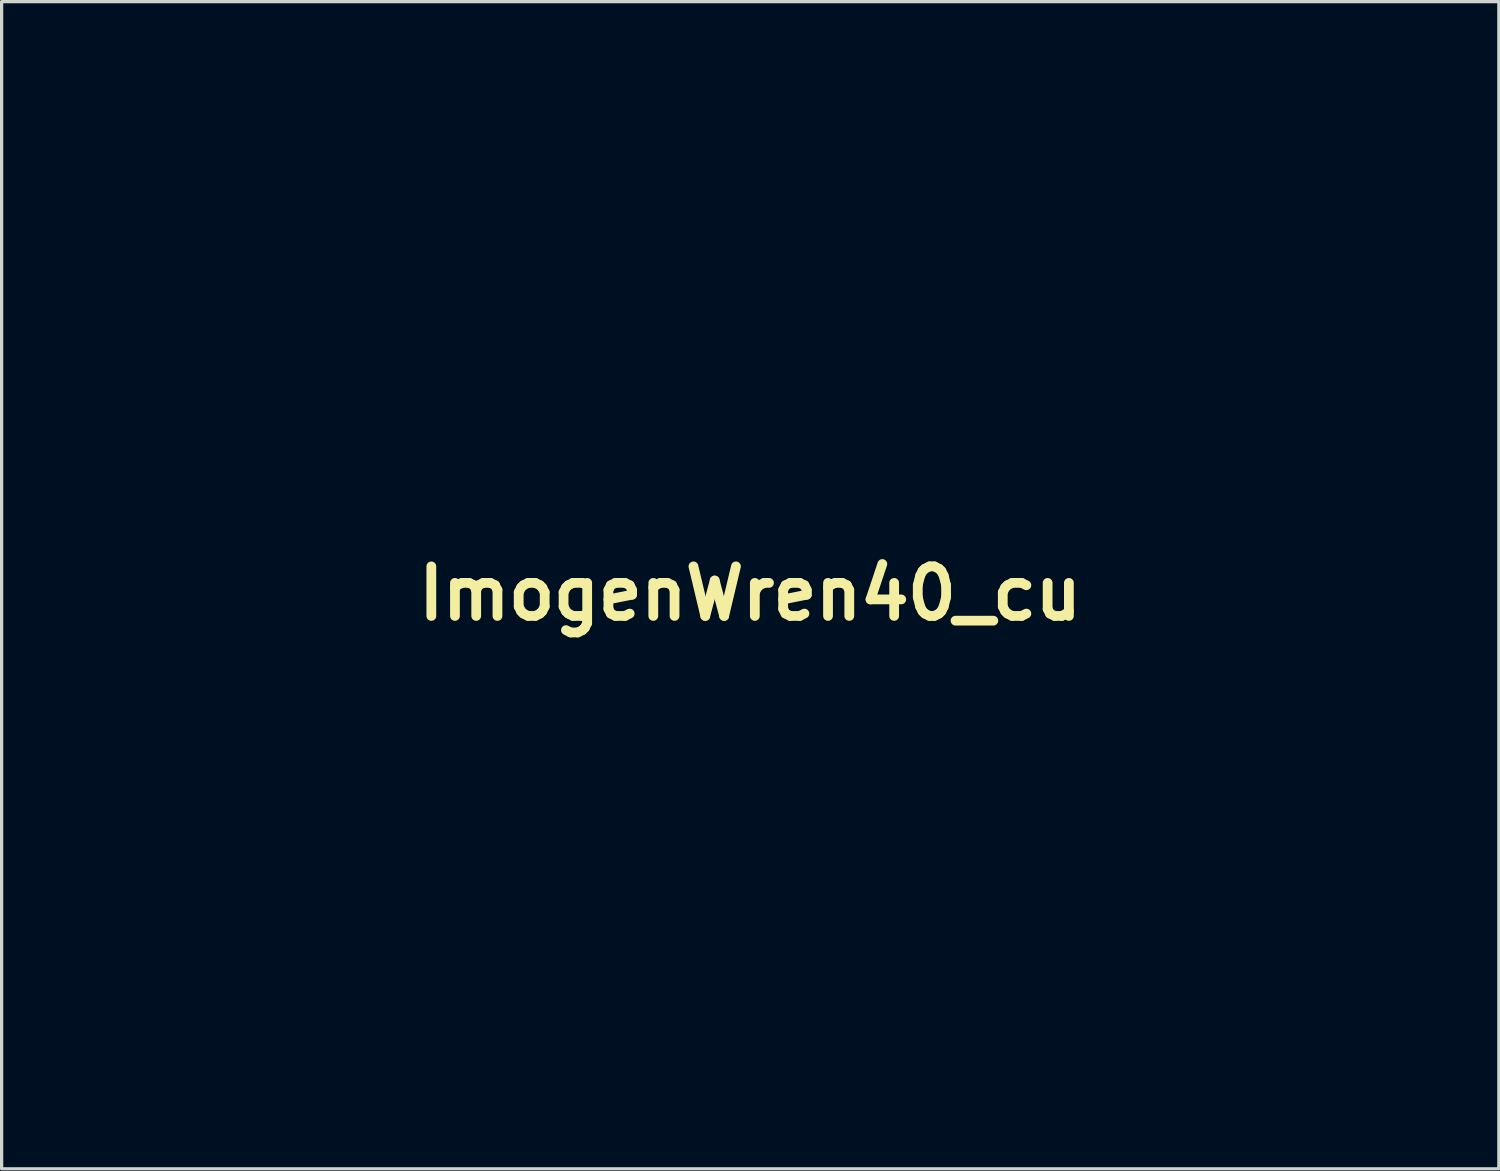
<source format=kicad_pcb>
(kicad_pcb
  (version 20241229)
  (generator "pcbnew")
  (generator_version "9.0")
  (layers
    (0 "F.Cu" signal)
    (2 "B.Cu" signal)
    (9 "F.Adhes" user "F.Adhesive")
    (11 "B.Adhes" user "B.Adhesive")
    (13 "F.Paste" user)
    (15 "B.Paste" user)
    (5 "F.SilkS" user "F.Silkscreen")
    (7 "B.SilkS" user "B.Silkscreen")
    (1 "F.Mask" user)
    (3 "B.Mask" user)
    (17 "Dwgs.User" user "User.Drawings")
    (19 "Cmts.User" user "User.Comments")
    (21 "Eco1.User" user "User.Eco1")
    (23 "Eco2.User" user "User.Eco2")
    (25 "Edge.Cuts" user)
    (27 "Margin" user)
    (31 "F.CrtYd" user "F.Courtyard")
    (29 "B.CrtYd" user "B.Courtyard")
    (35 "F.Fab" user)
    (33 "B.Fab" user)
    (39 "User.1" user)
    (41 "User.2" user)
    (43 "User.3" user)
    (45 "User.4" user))
  (footprint "ImogenWren40_cu"
    (layer "F.Cu")
    (at 20.004 15.191)
    (property "Reference" "ImogenWren40_cu" (at 0 0 0) (layer "F.SilkS") (effects (font (size 1.524 1.524) (thickness 0.3))))
    (attr board_only exclude_from_pos_files exclude_from_bom)
    (fp_poly (pts (xy 3.596 9.093) (xy 3.667 9.114) (xy 3.732 9.147) (xy 3.787 9.193) (xy 3.84 9.258) (xy 3.897 9.349) (xy 3.974 9.463) (xy 4.06 9.551) (xy 4.161 9.617) (xy 4.283 9.663) (xy 4.432 9.694) (xy 4.511 9.704) (xy 4.678 9.723) (xy 4.813 9.741) (xy 4.922 9.758) (xy 5.012 9.777) (xy 5.087 9.799) (xy 5.154 9.823) (xy 5.205 9.846) (xy 5.358 9.94) (xy 5.489 10.063) (xy 5.594 10.212) (xy 5.674 10.385) (xy 5.703 10.48) (xy 5.727 10.612) (xy 5.723 10.72) (xy 5.692 10.804) (xy 5.634 10.862) (xy 5.602 10.878) (xy 5.584 10.886) (xy 5.567 10.892) (xy 5.549 10.896) (xy 5.525 10.896) (xy 5.491 10.893) (xy 5.443 10.885) (xy 5.376 10.873) (xy 5.288 10.855) (xy 5.173 10.83) (xy 5.028 10.799) (xy 4.936 10.78) (xy 4.711 10.737) (xy 4.516 10.713) (xy 4.351 10.707) (xy 4.213 10.719) (xy 4.1 10.749) (xy 4.099 10.75) (xy 3.985 10.813) (xy 3.891 10.905) (xy 3.823 11.019) (xy 3.81 11.053) (xy 3.799 11.087) (xy 3.791 11.126) (xy 3.784 11.173) (xy 3.779 11.231) (xy 3.776 11.304) (xy 3.775 11.395) (xy 3.775 11.507) (xy 3.777 11.644) (xy 3.78 11.808) (xy 3.785 12.003) (xy 3.791 12.232) (xy 3.796 12.498) (xy 3.797 12.731) (xy 3.791 12.933) (xy 3.779 13.11) (xy 3.761 13.264) (xy 3.735 13.398) (xy 3.702 13.518) (xy 3.661 13.626) (xy 3.611 13.725) (xy 3.597 13.75) (xy 3.526 13.85) (xy 3.431 13.956) (xy 3.323 14.057) (xy 3.213 14.143) (xy 3.16 14.177) (xy 3.041 14.238) (xy 2.911 14.289) (xy 2.778 14.328) (xy 2.647 14.353) (xy 2.527 14.365) (xy 2.424 14.36) (xy 2.346 14.338) (xy 2.343 14.336) (xy 2.288 14.298) (xy 2.242 14.252) (xy 2.24 14.249) (xy 2.225 14.224) (xy 2.213 14.195) (xy 2.205 14.159) (xy 2.201 14.112) (xy 2.202 14.053) (xy 2.207 13.979) (xy 2.218 13.887) (xy 2.233 13.774) (xy 2.255 13.639) (xy 2.282 13.478) (xy 2.315 13.289) (xy 2.355 13.069) (xy 2.402 12.815) (xy 2.417 12.737) (xy 2.464 12.478) (xy 2.505 12.248) (xy 2.541 12.043) (xy 2.571 11.857) (xy 2.597 11.682) (xy 2.62 11.512) (xy 2.64 11.343) (xy 2.66 11.167) (xy 2.679 10.978) (xy 2.688 10.875) (xy 2.718 10.578) (xy 2.749 10.316) (xy 2.783 10.087) (xy 2.819 9.889) (xy 2.858 9.719) (xy 2.902 9.576) (xy 2.95 9.457) (xy 3.003 9.359) (xy 3.062 9.281) (xy 3.125 9.222) (xy 3.236 9.154) (xy 3.357 9.108) (xy 3.48 9.088)) (stroke (width 0) (type solid)) (fill yes) (layer "F.Mask"))
    (fp_poly (pts (xy 8.128 9.495) (xy 8.129 9.495) (xy 8.406 9.524) (xy 8.649 9.565) (xy 8.86 9.62) (xy 9.041 9.689) (xy 9.195 9.774) (xy 9.324 9.876) (xy 9.428 9.994) (xy 9.511 10.131) (xy 9.512 10.133) (xy 9.543 10.197) (xy 9.563 10.25) (xy 9.576 10.302) (xy 9.583 10.364) (xy 9.587 10.45) (xy 9.588 10.479) (xy 9.586 10.645) (xy 9.568 10.79) (xy 9.531 10.928) (xy 9.472 11.076) (xy 9.461 11.099) (xy 9.374 11.266) (xy 9.279 11.408) (xy 9.167 11.539) (xy 9.101 11.604) (xy 9.024 11.674) (xy 8.951 11.733) (xy 8.879 11.78) (xy 8.802 11.818) (xy 8.717 11.846) (xy 8.618 11.867) (xy 8.503 11.88) (xy 8.366 11.888) (xy 8.203 11.891) (xy 8.009 11.89) (xy 7.874 11.888) (xy 7.691 11.885) (xy 7.541 11.883) (xy 7.42 11.884) (xy 7.324 11.887) (xy 7.248 11.894) (xy 7.189 11.906) (xy 7.142 11.923) (xy 7.103 11.945) (xy 7.067 11.975) (xy 7.031 12.011) (xy 7.006 12.038) (xy 6.925 12.147) (xy 6.877 12.255) (xy 6.865 12.361) (xy 6.874 12.419) (xy 6.918 12.511) (xy 6.998 12.596) (xy 7.112 12.675) (xy 7.26 12.747) (xy 7.44 12.811) (xy 7.651 12.868) (xy 7.891 12.915) (xy 8.16 12.954) (xy 8.326 12.972) (xy 8.556 12.999) (xy 8.751 13.032) (xy 8.917 13.073) (xy 9.057 13.124) (xy 9.174 13.187) (xy 9.272 13.263) (xy 9.354 13.354) (xy 9.424 13.462) (xy 9.453 13.518) (xy 9.501 13.638) (xy 9.524 13.75) (xy 9.52 13.847) (xy 9.489 13.925) (xy 9.484 13.932) (xy 9.405 14.009) (xy 9.291 14.071) (xy 9.143 14.12) (xy 8.96 14.155) (xy 8.917 14.161) (xy 8.83 14.168) (xy 8.713 14.173) (xy 8.573 14.176) (xy 8.418 14.178) (xy 8.255 14.177) (xy 8.092 14.174) (xy 7.937 14.17) (xy 7.795 14.164) (xy 7.676 14.157) (xy 7.601 14.149) (xy 7.3 14.1) (xy 7.024 14.029) (xy 6.774 13.936) (xy 6.551 13.822) (xy 6.357 13.688) (xy 6.191 13.535) (xy 6.057 13.363) (xy 5.954 13.173) (xy 5.918 13.083) (xy 5.856 12.867) (xy 5.808 12.625) (xy 5.775 12.365) (xy 5.758 12.095) (xy 5.757 11.824) (xy 5.772 11.56) (xy 5.804 11.311) (xy 5.813 11.258) (xy 5.869 11.007) (xy 5.922 10.813) (xy 6.885 10.813) (xy 6.89 10.844) (xy 6.91 10.915) (xy 6.94 10.97) (xy 6.985 11.014) (xy 7.049 11.047) (xy 7.137 11.071) (xy 7.252 11.09) (xy 7.401 11.106) (xy 7.418 11.107) (xy 7.514 11.115) (xy 7.603 11.123) (xy 7.674 11.129) (xy 7.717 11.133) (xy 7.926 11.142) (xy 8.112 11.128) (xy 8.212 11.108) (xy 8.363 11.059) (xy 8.496 10.993) (xy 8.606 10.915) (xy 8.69 10.828) (xy 8.741 10.735) (xy 8.748 10.713) (xy 8.757 10.615) (xy 8.731 10.521) (xy 8.673 10.437) (xy 8.588 10.365) (xy 8.477 10.311) (xy 8.445 10.301) (xy 8.355 10.28) (xy 8.238 10.262) (xy 8.102 10.248) (xy 7.956 10.238) (xy 7.807 10.232) (xy 7.664 10.231) (xy 7.534 10.234) (xy 7.426 10.243) (xy 7.353 10.256) (xy 7.205 10.309) (xy 7.083 10.381) (xy 6.987 10.471) (xy 6.92 10.575) (xy 6.885 10.69) (xy 6.885 10.813) (xy 5.922 10.813) (xy 5.936 10.764) (xy 6.013 10.535) (xy 6.097 10.33) (xy 6.176 10.172) (xy 6.243 10.07) (xy 6.331 9.966) (xy 6.43 9.869) (xy 6.53 9.788) (xy 6.621 9.733) (xy 6.885 9.625) (xy 7.166 9.548) (xy 7.466 9.501) (xy 7.786 9.483)) (stroke (width 0) (type solid)) (fill yes) (layer "F.Mask"))
    (fp_poly (pts (xy 10.478 9.478) (xy 10.549 9.534) (xy 10.62 9.627) (xy 10.669 9.712) (xy 10.715 9.798) (xy 10.753 9.857) (xy 10.789 9.897) (xy 10.829 9.926) (xy 10.875 9.949) (xy 10.933 9.97) (xy 10.998 9.985) (xy 11.077 9.994) (xy 11.174 9.996) (xy 11.294 9.992) (xy 11.444 9.982) (xy 11.511 9.977) (xy 11.753 9.958) (xy 11.963 9.945) (xy 12.143 9.938) (xy 12.3 9.936) (xy 12.436 9.941) (xy 12.556 9.953) (xy 12.665 9.971) (xy 12.766 9.997) (xy 12.863 10.031) (xy 12.962 10.073) (xy 13.018 10.099) (xy 13.177 10.194) (xy 13.316 10.314) (xy 13.436 10.462) (xy 13.538 10.638) (xy 13.622 10.844) (xy 13.688 11.081) (xy 13.739 11.35) (xy 13.759 11.501) (xy 13.766 11.567) (xy 13.772 11.635) (xy 13.776 11.711) (xy 13.78 11.797) (xy 13.782 11.898) (xy 13.784 12.016) (xy 13.784 12.157) (xy 13.784 12.323) (xy 13.783 12.519) (xy 13.782 12.748) (xy 13.782 12.771) (xy 13.779 13.023) (xy 13.777 13.239) (xy 13.774 13.42) (xy 13.77 13.568) (xy 13.766 13.683) (xy 13.762 13.767) (xy 13.756 13.822) (xy 13.752 13.845) (xy 13.702 13.955) (xy 13.633 14.036) (xy 13.539 14.092) (xy 13.417 14.126) (xy 13.417 14.126) (xy 13.289 14.134) (xy 13.181 14.109) (xy 13.092 14.052) (xy 13.021 13.963) (xy 12.97 13.842) (xy 12.945 13.738) (xy 12.941 13.698) (xy 12.935 13.625) (xy 12.929 13.522) (xy 12.921 13.394) (xy 12.914 13.243) (xy 12.906 13.076) (xy 12.898 12.894) (xy 12.89 12.703) (xy 12.887 12.625) (xy 12.879 12.432) (xy 12.872 12.247) (xy 12.864 12.076) (xy 12.856 11.921) (xy 12.849 11.786) (xy 12.843 11.676) (xy 12.837 11.593) (xy 12.833 11.543) (xy 12.831 11.533) (xy 12.789 11.39) (xy 12.726 11.277) (xy 12.638 11.19) (xy 12.55 11.138) (xy 12.517 11.124) (xy 12.482 11.113) (xy 12.439 11.106) (xy 12.382 11.102) (xy 12.304 11.1) (xy 12.198 11.1) (xy 12.129 11.1) (xy 11.902 11.106) (xy 11.71 11.121) (xy 11.548 11.145) (xy 11.415 11.18) (xy 11.308 11.227) (xy 11.224 11.285) (xy 11.16 11.357) (xy 11.147 11.376) (xy 11.115 11.436) (xy 11.09 11.5) (xy 11.073 11.574) (xy 11.062 11.662) (xy 11.057 11.772) (xy 11.058 11.907) (xy 11.063 12.074) (xy 11.063 12.082) (xy 11.071 12.314) (xy 11.076 12.543) (xy 11.078 12.763) (xy 11.076 12.97) (xy 11.072 13.158) (xy 11.065 13.323) (xy 11.054 13.458) (xy 11.046 13.534) (xy 11.013 13.719) (xy 10.973 13.87) (xy 10.923 13.989) (xy 10.861 14.079) (xy 10.786 14.141) (xy 10.695 14.18) (xy 10.586 14.197) (xy 10.544 14.198) (xy 10.455 14.193) (xy 10.384 14.176) (xy 10.338 14.155) (xy 10.252 14.092) (xy 10.173 14) (xy 10.107 13.887) (xy 10.073 13.805) (xy 10.06 13.766) (xy 10.051 13.727) (xy 10.043 13.685) (xy 10.039 13.634) (xy 10.036 13.567) (xy 10.034 13.48) (xy 10.034 13.368) (xy 10.035 13.223) (xy 10.035 13.206) (xy 10.037 13.033) (xy 10.04 12.827) (xy 10.044 12.594) (xy 10.049 12.337) (xy 10.056 12.062) (xy 10.063 11.773) (xy 10.071 11.475) (xy 10.08 11.173) (xy 10.089 10.872) (xy 10.098 10.576) (xy 10.104 10.412) (xy 10.11 10.233) (xy 10.116 10.088) (xy 10.121 9.972) (xy 10.125 9.881) (xy 10.13 9.811) (xy 10.136 9.758) (xy 10.143 9.719) (xy 10.15 9.688) (xy 10.16 9.663) (xy 10.171 9.638) (xy 10.173 9.635) (xy 10.23 9.55) (xy 10.302 9.491) (xy 10.381 9.462) (xy 10.408 9.459)) (stroke (width 0) (type solid)) (fill yes) (layer "F.Mask"))
    (fp_poly (pts (xy 2.119 4.746) (xy 2.226 4.777) (xy 2.317 4.838) (xy 2.349 4.87) (xy 2.398 4.936) (xy 2.433 5.012) (xy 2.456 5.106) (xy 2.469 5.223) (xy 2.473 5.366) (xy 2.472 5.45) (xy 2.468 5.536) (xy 2.462 5.626) (xy 2.452 5.727) (xy 2.439 5.842) (xy 2.421 5.977) (xy 2.398 6.135) (xy 2.369 6.322) (xy 2.339 6.509) (xy 2.283 6.87) (xy 2.231 7.207) (xy 2.185 7.528) (xy 2.143 7.836) (xy 2.104 8.136) (xy 2.068 8.434) (xy 2.035 8.735) (xy 2.004 9.044) (xy 1.974 9.367) (xy 1.945 9.707) (xy 1.916 10.07) (xy 1.887 10.462) (xy 1.864 10.789) (xy 1.842 11.104) (xy 1.821 11.385) (xy 1.802 11.633) (xy 1.783 11.853) (xy 1.766 12.047) (xy 1.748 12.218) (xy 1.731 12.369) (xy 1.713 12.502) (xy 1.694 12.621) (xy 1.674 12.728) (xy 1.652 12.827) (xy 1.629 12.92) (xy 1.603 13.01) (xy 1.579 13.084) (xy 1.492 13.306) (xy 1.383 13.498) (xy 1.254 13.659) (xy 1.104 13.789) (xy 0.942 13.885) (xy 0.783 13.943) (xy 0.627 13.967) (xy 0.473 13.956) (xy 0.318 13.909) (xy 0.162 13.827) (xy 0.001 13.709) (xy -0.089 13.629) (xy -0.253 13.459) (xy -0.423 13.254) (xy -0.597 13.015) (xy -0.774 12.746) (xy -0.954 12.446) (xy -1.135 12.119) (xy -1.316 11.766) (xy -1.496 11.389) (xy -1.601 11.155) (xy -1.677 10.984) (xy -1.741 10.844) (xy -1.793 10.732) (xy -1.836 10.643) (xy -1.872 10.574) (xy -1.902 10.523) (xy -1.929 10.484) (xy -1.953 10.456) (xy -1.962 10.447) (xy -2.037 10.398) (xy -2.122 10.383) (xy -2.213 10.402) (xy -2.311 10.454) (xy -2.414 10.535) (xy -2.52 10.647) (xy -2.63 10.786) (xy -2.74 10.952) (xy -2.851 11.143) (xy -2.961 11.358) (xy -3.069 11.595) (xy -3.134 11.754) (xy -3.266 12.117) (xy -3.369 12.473) (xy -3.418 12.681) (xy -3.471 12.92) (xy -3.524 13.143) (xy -3.577 13.347) (xy -3.628 13.526) (xy -3.676 13.677) (xy -3.715 13.784) (xy -3.82 14.014) (xy -3.937 14.213) (xy -4.066 14.377) (xy -4.206 14.508) (xy -4.355 14.603) (xy -4.359 14.605) (xy -4.433 14.64) (xy -4.492 14.661) (xy -4.553 14.673) (xy -4.629 14.679) (xy -4.671 14.68) (xy -4.778 14.68) (xy -4.863 14.672) (xy -4.939 14.654) (xy -4.95 14.65) (xy -5.107 14.58) (xy -5.251 14.477) (xy -5.383 14.341) (xy -5.504 14.171) (xy -5.587 14.021) (xy -5.649 13.884) (xy -5.715 13.716) (xy -5.783 13.523) (xy -5.851 13.312) (xy -5.917 13.089) (xy -5.98 12.86) (xy -6.037 12.631) (xy -6.088 12.409) (xy -6.13 12.199) (xy -6.161 12.008) (xy -6.163 11.998) (xy -6.217 11.615) (xy -6.275 11.238) (xy -6.336 10.86) (xy -6.401 10.479) (xy -6.471 10.09) (xy -6.547 9.687) (xy -6.63 9.268) (xy -6.72 8.828) (xy -6.819 8.362) (xy -6.927 7.866) (xy -6.972 7.661) (xy -7.123 6.978) (xy -7.102 6.771) (xy -7.066 6.529) (xy -7.009 6.31) (xy -6.932 6.115) (xy -6.838 5.946) (xy -6.726 5.807) (xy -6.598 5.698) (xy -6.509 5.646) (xy -6.453 5.62) (xy -6.403 5.604) (xy -6.35 5.595) (xy -6.279 5.592) (xy -6.209 5.591) (xy -6.12 5.592) (xy -6.056 5.597) (xy -6.004 5.607) (xy -5.954 5.626) (xy -5.898 5.652) (xy -5.822 5.694) (xy -5.749 5.743) (xy -5.699 5.783) (xy -5.623 5.854) (xy -5.592 6.238) (xy -5.548 6.744) (xy -5.5 7.227) (xy -5.447 7.683) (xy -5.391 8.111) (xy -5.33 8.511) (xy -5.267 8.88) (xy -5.2 9.217) (xy -5.129 9.521) (xy -5.057 9.789) (xy -5.008 9.944) (xy -4.926 10.166) (xy -4.841 10.35) (xy -4.752 10.498) (xy -4.659 10.608) (xy -4.564 10.681) (xy -4.464 10.716) (xy -4.361 10.715) (xy -4.255 10.676) (xy -4.144 10.6) (xy -4.084 10.545) (xy -4.031 10.489) (xy -3.979 10.43) (xy -3.926 10.364) (xy -3.872 10.288) (xy -3.812 10.199) (xy -3.746 10.094) (xy -3.671 9.968) (xy -3.585 9.819) (xy -3.486 9.644) (xy -3.372 9.441) (xy -3.247 9.217) (xy -3.135 9.024) (xy -3.036 8.857) (xy -2.946 8.715) (xy -2.863 8.592) (xy -2.786 8.486) (xy -2.712 8.394) (xy -2.638 8.311) (xy -2.596 8.268) (xy -2.484 8.163) (xy -2.386 8.086) (xy -2.294 8.034) (xy -2.205 8.004) (xy -2.11 7.992) (xy -2.08 7.991) (xy -1.966 8.003) (xy -1.862 8.039) (xy -1.758 8.102) (xy -1.674 8.173) (xy -1.612 8.232) (xy -1.554 8.293) (xy -1.498 8.36) (xy -1.441 8.437) (xy -1.382 8.526) (xy -1.318 8.632) (xy -1.246 8.757) (xy -1.165 8.906) (xy -1.072 9.082) (xy -0.97 9.281) (xy -0.866 9.482) (xy -0.775 9.652) (xy -0.696 9.794) (xy -0.627 9.912) (xy -0.566 10.008) (xy -0.51 10.086) (xy -0.458 10.15) (xy -0.409 10.201) (xy -0.403 10.207) (xy -0.306 10.284) (xy -0.216 10.327) (xy -0.131 10.337) (xy -0.044 10.314) (xy -0.02 10.303) (xy 0.069 10.241) (xy 0.144 10.151) (xy 0.208 10.032) (xy 0.259 9.88) (xy 0.301 9.695) (xy 0.31 9.637) (xy 0.318 9.579) (xy 0.325 9.504) (xy 0.331 9.409) (xy 0.337 9.293) (xy 0.342 9.151) (xy 0.347 8.981) (xy 0.351 8.78) (xy 0.356 8.545) (xy 0.356 8.513) (xy 0.36 8.321) (xy 0.364 8.132) (xy 0.369 7.952) (xy 0.373 7.786) (xy 0.378 7.638) (xy 0.383 7.513) (xy 0.388 7.416) (xy 0.392 7.352) (xy 0.433 6.986) (xy 0.489 6.653) (xy 0.561 6.349) (xy 0.649 6.073) (xy 0.755 5.823) (xy 0.88 5.595) (xy 1.024 5.389) (xy 1.188 5.2) (xy 1.215 5.173) (xy 1.379 5.025) (xy 1.545 4.906) (xy 1.71 4.818) (xy 1.87 4.762) (xy 1.99 4.743)) (stroke (width 0) (type solid)) (fill yes) (layer "F.Mask"))
    (fp_poly (pts (xy -8.999 -15.178) (xy -8.685 -15.138) (xy -8.387 -15.073) (xy -8.107 -14.984) (xy -7.848 -14.872) (xy -7.611 -14.739) (xy -7.399 -14.585) (xy -7.213 -14.411) (xy -7.055 -14.219) (xy -6.928 -14.009) (xy -6.836 -13.791) (xy -6.812 -13.717) (xy -6.794 -13.656) (xy -6.783 -13.596) (xy -6.775 -13.529) (xy -6.77 -13.445) (xy -6.767 -13.335) (xy -6.766 -13.318) (xy -6.764 -13.176) (xy -6.767 -13.062) (xy -6.775 -12.97) (xy -6.788 -12.892) (xy -6.835 -12.732) (xy -6.912 -12.555) (xy -7.016 -12.365) (xy -7.145 -12.166) (xy -7.296 -11.96) (xy -7.467 -11.751) (xy -7.656 -11.542) (xy -7.86 -11.336) (xy -8.07 -11.143) (xy -8.36 -10.899) (xy -8.667 -10.665) (xy -8.994 -10.437) (xy -9.342 -10.215) (xy -9.716 -9.996) (xy -10.118 -9.78) (xy -10.55 -9.564) (xy -11.016 -9.348) (xy -11.248 -9.244) (xy -11.439 -9.16) (xy -11.599 -9.089) (xy -11.73 -9.028) (xy -11.837 -8.977) (xy -11.922 -8.932) (xy -11.988 -8.892) (xy -12.039 -8.854) (xy -12.078 -8.818) (xy -12.108 -8.781) (xy -12.132 -8.741) (xy -12.153 -8.696) (xy -12.157 -8.687) (xy -12.167 -8.662) (xy -12.175 -8.633) (xy -12.183 -8.598) (xy -12.191 -8.555) (xy -12.197 -8.502) (xy -12.203 -8.437) (xy -12.209 -8.357) (xy -12.214 -8.261) (xy -12.219 -8.146) (xy -12.224 -8.01) (xy -12.228 -7.852) (xy -12.233 -7.669) (xy -12.238 -7.459) (xy -12.243 -7.22) (xy -12.248 -6.95) (xy -12.253 -6.647) (xy -12.259 -6.308) (xy -12.26 -6.294) (xy -12.268 -5.837) (xy -12.275 -5.414) (xy -12.283 -5.023) (xy -12.29 -4.661) (xy -12.296 -4.323) (xy -12.303 -4.008) (xy -12.31 -3.712) (xy -12.316 -3.433) (xy -12.323 -3.167) (xy -12.33 -2.91) (xy -12.337 -2.661) (xy -12.345 -2.416) (xy -12.353 -2.173) (xy -12.361 -1.927) (xy -12.37 -1.676) (xy -12.38 -1.417) (xy -12.384 -1.302) (xy -12.389 -1.155) (xy -12.393 -1.016) (xy -12.396 -0.893) (xy -12.397 -0.789) (xy -12.396 -0.71) (xy -12.394 -0.661) (xy -12.393 -0.651) (xy -12.362 -0.571) (xy -12.306 -0.496) (xy -12.235 -0.442) (xy -12.232 -0.44) (xy -12.193 -0.426) (xy -12.127 -0.408) (xy -12.044 -0.388) (xy -11.977 -0.374) (xy -11.834 -0.342) (xy -11.694 -0.305) (xy -11.552 -0.26) (xy -11.403 -0.205) (xy -11.241 -0.138) (xy -11.061 -0.056) (xy -10.857 0.041) (xy -10.733 0.103) (xy -10.552 0.192) (xy -10.399 0.262) (xy -10.273 0.314) (xy -10.17 0.349) (xy -10.088 0.367) (xy -10.024 0.37) (xy -9.974 0.357) (xy -9.936 0.33) (xy -9.919 0.308) (xy -9.9 0.269) (xy -9.877 0.202) (xy -9.85 0.115) (xy -9.824 0.018) (xy -9.817 -0.01) (xy -9.784 -0.149) (xy -9.757 -0.257) (xy -9.735 -0.341) (xy -9.715 -0.404) (xy -9.697 -0.454) (xy -9.677 -0.497) (xy -9.655 -0.537) (xy -9.627 -0.58) (xy -9.626 -0.582) (xy -9.581 -0.643) (xy -9.513 -0.723) (xy -9.426 -0.817) (xy -9.328 -0.92) (xy -9.222 -1.025) (xy -9.115 -1.128) (xy -9.011 -1.224) (xy -8.915 -1.306) (xy -8.879 -1.336) (xy -8.525 -1.595) (xy -8.157 -1.82) (xy -7.773 -2.011) (xy -7.372 -2.17) (xy -6.99 -2.286) (xy -6.856 -2.317) (xy -6.73 -2.333) (xy -6.605 -2.336) (xy -6.472 -2.324) (xy -6.324 -2.298) (xy -6.154 -2.255) (xy -6.058 -2.228) (xy -5.893 -2.176) (xy -5.754 -2.123) (xy -5.631 -2.063) (xy -5.515 -1.991) (xy -5.397 -1.901) (xy -5.268 -1.79) (xy -5.216 -1.743) (xy -5.126 -1.66) (xy -5.055 -1.602) (xy -4.994 -1.565) (xy -4.936 -1.549) (xy -4.873 -1.55) (xy -4.796 -1.567) (xy -4.697 -1.598) (xy -4.672 -1.607) (xy -4.524 -1.654) (xy -4.39 -1.69) (xy -4.261 -1.716) (xy -4.128 -1.734) (xy -3.983 -1.745) (xy -3.815 -1.75) (xy -3.681 -1.751) (xy -3.344 -1.741) (xy -3.03 -1.714) (xy -2.741 -1.67) (xy -2.479 -1.61) (xy -2.247 -1.533) (xy -2.045 -1.441) (xy -1.877 -1.335) (xy -1.779 -1.253) (xy -1.7 -1.167) (xy -1.639 -1.072) (xy -1.592 -0.961) (xy -1.557 -0.829) (xy -1.53 -0.669) (xy -1.518 -0.562) (xy -1.502 -0.443) (xy -1.478 -0.315) (xy -1.448 -0.183) (xy -1.413 -0.054) (xy -1.375 0.068) (xy -1.337 0.175) (xy -1.3 0.263) (xy -1.265 0.326) (xy -1.236 0.356) (xy -1.183 0.374) (xy -1.122 0.373) (xy -1.05 0.352) (xy -0.96 0.308) (xy -0.85 0.241) (xy -0.792 0.203) (xy -0.707 0.144) (xy -0.621 0.079) (xy -0.529 0.004) (xy -0.427 -0.084) (xy -0.311 -0.189) (xy -0.176 -0.314) (xy -0.065 -0.418) (xy 0.036 -0.513) (xy 0.138 -0.608) (xy 0.234 -0.695) (xy 0.318 -0.771) (xy 0.385 -0.828) (xy 0.402 -0.843) (xy 0.554 -0.96) (xy 0.723 -1.079) (xy 0.9 -1.194) (xy 1.08 -1.301) (xy 1.255 -1.398) (xy 1.419 -1.478) (xy 1.564 -1.54) (xy 1.611 -1.556) (xy 1.737 -1.586) (xy 1.893 -1.604) (xy 1.929 -1.606) (xy 2.085 -1.606) (xy 2.217 -1.591) (xy 2.334 -1.555) (xy 2.443 -1.496) (xy 2.553 -1.41) (xy 2.67 -1.295) (xy 2.679 -1.286) (xy 2.79 -1.168) (xy 2.88 -1.074) (xy 2.953 -1) (xy 3.014 -0.944) (xy 3.065 -0.901) (xy 3.111 -0.867) (xy 3.157 -0.839) (xy 3.196 -0.819) (xy 3.393 -0.734) (xy 3.588 -0.675) (xy 3.777 -0.643) (xy 3.955 -0.638) (xy 4.118 -0.661) (xy 4.263 -0.711) (xy 4.311 -0.736) (xy 4.361 -0.769) (xy 4.402 -0.807) (xy 4.442 -0.856) (xy 4.488 -0.926) (xy 4.516 -0.972) (xy 4.582 -1.076) (xy 4.65 -1.166) (xy 4.724 -1.246) (xy 4.809 -1.32) (xy 4.911 -1.391) (xy 5.034 -1.464) (xy 5.184 -1.542) (xy 5.325 -1.611) (xy 5.493 -1.688) (xy 5.639 -1.745) (xy 5.771 -1.785) (xy 5.897 -1.81) (xy 6.025 -1.822) (xy 6.098 -1.825) (xy 6.306 -1.826) (xy 6.464 -1.748) (xy 6.596 -1.67) (xy 6.739 -1.564) (xy 6.888 -1.435) (xy 7.036 -1.288) (xy 7.178 -1.129) (xy 7.307 -0.964) (xy 7.317 -0.95) (xy 7.45 -0.754) (xy 7.574 -0.545) (xy 7.693 -0.319) (xy 7.807 -0.069) (xy 7.921 0.208) (xy 8.025 0.487) (xy 8.089 0.666) (xy 8.142 0.813) (xy 8.186 0.933) (xy 8.223 1.03) (xy 8.254 1.108) (xy 8.28 1.17) (xy 8.303 1.222) (xy 8.325 1.266) (xy 8.346 1.305) (xy 8.382 1.363) (xy 8.413 1.405) (xy 8.434 1.423) (xy 8.436 1.424) (xy 8.464 1.411) (xy 8.515 1.376) (xy 8.584 1.323) (xy 8.667 1.255) (xy 8.758 1.175) (xy 8.854 1.089) (xy 8.95 0.998) (xy 8.994 0.955) (xy 9.075 0.874) (xy 9.144 0.8) (xy 9.205 0.729) (xy 9.262 0.653) (xy 9.318 0.569) (xy 9.379 0.468) (xy 9.449 0.347) (xy 9.462 0.323) (xy 10.735 0.323) (xy 10.747 0.435) (xy 10.791 0.537) (xy 10.866 0.625) (xy 10.946 0.683) (xy 11.079 0.743) (xy 11.228 0.774) (xy 11.394 0.776) (xy 11.58 0.751) (xy 11.703 0.721) (xy 11.927 0.65) (xy 12.129 0.564) (xy 12.308 0.464) (xy 12.461 0.353) (xy 12.588 0.232) (xy 12.685 0.104) (xy 12.752 -0.03) (xy 12.786 -0.168) (xy 12.786 -0.307) (xy 12.764 -0.405) (xy 12.719 -0.504) (xy 12.653 -0.591) (xy 12.574 -0.657) (xy 12.501 -0.692) (xy 12.377 -0.711) (xy 12.231 -0.708) (xy 12.067 -0.686) (xy 11.893 -0.645) (xy 11.713 -0.589) (xy 11.535 -0.518) (xy 11.363 -0.435) (xy 11.205 -0.341) (xy 11.121 -0.281) (xy 10.986 -0.164) (xy 10.879 -0.043) (xy 10.801 0.081) (xy 10.753 0.204) (xy 10.735 0.323) (xy 9.462 0.323) (xy 9.53 0.199) (xy 9.541 0.178) (xy 9.659 -0.03) (xy 9.772 -0.21) (xy 9.886 -0.372) (xy 10.009 -0.523) (xy 10.143 -0.671) (xy 10.382 -0.904) (xy 10.627 -1.11) (xy 10.877 -1.286) (xy 11.128 -1.433) (xy 11.379 -1.547) (xy 11.625 -1.628) (xy 11.82 -1.668) (xy 12.038 -1.685) (xy 12.272 -1.675) (xy 12.516 -1.641) (xy 12.762 -1.585) (xy 13.005 -1.508) (xy 13.236 -1.414) (xy 13.451 -1.303) (xy 13.642 -1.179) (xy 13.773 -1.07) (xy 13.867 -0.968) (xy 13.955 -0.846) (xy 14.03 -0.717) (xy 14.084 -0.593) (xy 14.09 -0.575) (xy 14.125 -0.397) (xy 14.128 -0.209) (xy 14.099 -0.014) (xy 14.041 0.186) (xy 13.955 0.387) (xy 13.843 0.586) (xy 13.707 0.779) (xy 13.548 0.963) (xy 13.369 1.136) (xy 13.171 1.294) (xy 13.011 1.4) (xy 12.917 1.458) (xy 12.81 1.523) (xy 12.71 1.583) (xy 12.688 1.597) (xy 12.6 1.656) (xy 12.507 1.727) (xy 12.417 1.805) (xy 12.336 1.883) (xy 12.27 1.955) (xy 12.226 2.015) (xy 12.215 2.037) (xy 12.201 2.092) (xy 12.201 2.142) (xy 12.202 2.144) (xy 12.226 2.181) (xy 12.279 2.203) (xy 12.359 2.21) (xy 12.469 2.202) (xy 12.609 2.178) (xy 12.78 2.139) (xy 12.982 2.084) (xy 13.217 2.013) (xy 13.398 1.955) (xy 13.52 1.914) (xy 13.662 1.865) (xy 13.816 1.811) (xy 13.976 1.754) (xy 14.136 1.695) (xy 14.29 1.638) (xy 14.431 1.585) (xy 14.552 1.538) (xy 14.648 1.5) (xy 14.689 1.483) (xy 14.795 1.421) (xy 14.89 1.337) (xy 14.963 1.241) (xy 14.975 1.219) (xy 15 1.164) (xy 15.021 1.108) (xy 15.038 1.049) (xy 15.05 0.982) (xy 15.057 0.903) (xy 15.061 0.809) (xy 15.061 0.695) (xy 15.058 0.559) (xy 15.051 0.395) (xy 15.04 0.201) (xy 15.031 0.037) (xy 15.015 -0.224) (xy 15.002 -0.452) (xy 14.991 -0.647) (xy 14.982 -0.813) (xy 14.976 -0.952) (xy 14.972 -1.067) (xy 14.971 -1.162) (xy 14.972 -1.237) (xy 14.975 -1.297) (xy 14.981 -1.344) (xy 14.989 -1.38) (xy 15 -1.409) (xy 15.014 -1.432) (xy 15.03 -1.454) (xy 15.046 -1.473) (xy 15.081 -1.51) (xy 15.117 -1.539) (xy 15.161 -1.564) (xy 15.219 -1.588) (xy 15.298 -1.612) (xy 15.402 -1.64) (xy 15.486 -1.662) (xy 15.606 -1.69) (xy 15.701 -1.71) (xy 15.784 -1.722) (xy 15.865 -1.729) (xy 15.957 -1.731) (xy 15.978 -1.732) (xy 16.075 -1.731) (xy 16.145 -1.728) (xy 16.197 -1.721) (xy 16.243 -1.707) (xy 16.292 -1.687) (xy 16.298 -1.684) (xy 16.407 -1.617) (xy 16.497 -1.533) (xy 16.558 -1.439) (xy 16.567 -1.417) (xy 16.585 -1.361) (xy 16.603 -1.283) (xy 16.621 -1.198) (xy 16.624 -1.181) (xy 16.646 -1.077) (xy 16.674 -1.001) (xy 16.714 -0.943) (xy 16.77 -0.894) (xy 16.783 -0.885) (xy 16.834 -0.86) (xy 16.899 -0.845) (xy 16.982 -0.841) (xy 17.085 -0.847) (xy 17.212 -0.865) (xy 17.365 -0.894) (xy 17.548 -0.935) (xy 17.763 -0.987) (xy 17.776 -0.991) (xy 17.96 -1.036) (xy 18.115 -1.07) (xy 18.251 -1.095) (xy 18.374 -1.111) (xy 18.493 -1.121) (xy 18.615 -1.124) (xy 18.63 -1.124) (xy 18.857 -1.11) (xy 19.059 -1.069) (xy 19.24 -0.999) (xy 19.401 -0.899) (xy 19.546 -0.767) (xy 19.676 -0.603) (xy 19.685 -0.589) (xy 19.767 -0.452) (xy 19.836 -0.303) (xy 19.893 -0.14) (xy 19.937 0.042) (xy 19.971 0.246) (xy 19.994 0.475) (xy 20.008 0.733) (xy 20.012 1.024) (xy 20.012 1.049) (xy 20.005 1.414) (xy 19.984 1.756) (xy 19.947 2.085) (xy 19.892 2.414) (xy 19.819 2.754) (xy 19.796 2.847) (xy 19.755 3.002) (xy 19.716 3.125) (xy 19.676 3.219) (xy 19.634 3.291) (xy 19.587 3.344) (xy 19.533 3.383) (xy 19.517 3.391) (xy 19.455 3.416) (xy 19.39 3.426) (xy 19.312 3.42) (xy 19.213 3.398) (xy 19.183 3.39) (xy 18.983 3.328) (xy 18.819 3.264) (xy 18.693 3.197) (xy 18.602 3.127) (xy 18.547 3.054) (xy 18.543 3.046) (xy 18.525 2.998) (xy 18.514 2.946) (xy 18.511 2.885) (xy 18.516 2.811) (xy 18.53 2.717) (xy 18.553 2.599) (xy 18.586 2.452) (xy 18.6 2.391) (xy 18.658 2.134) (xy 18.705 1.908) (xy 18.74 1.708) (xy 18.764 1.529) (xy 18.779 1.368) (xy 18.784 1.219) (xy 18.78 1.077) (xy 18.772 0.977) (xy 18.737 0.755) (xy 18.682 0.564) (xy 18.605 0.401) (xy 18.507 0.267) (xy 18.385 0.159) (xy 18.254 0.082) (xy 18.079 0.019) (xy 17.892 -0.01) (xy 17.694 -0.005) (xy 17.481 0.034) (xy 17.421 0.05) (xy 17.212 0.126) (xy 17.032 0.227) (xy 16.88 0.352) (xy 16.755 0.503) (xy 16.657 0.679) (xy 16.586 0.881) (xy 16.584 0.89) (xy 16.571 0.945) (xy 16.562 1.005) (xy 16.556 1.075) (xy 16.552 1.164) (xy 16.551 1.278) (xy 16.551 1.386) (xy 16.552 1.523) (xy 16.555 1.64) (xy 16.562 1.746) (xy 16.572 1.854) (xy 16.587 1.974) (xy 16.608 2.118) (xy 16.613 2.154) (xy 16.633 2.285) (xy 16.652 2.414) (xy 16.668 2.533) (xy 16.682 2.633) (xy 16.691 2.707) (xy 16.692 2.716) (xy 16.699 2.889) (xy 16.682 3.045) (xy 16.641 3.18) (xy 16.58 3.293) (xy 16.497 3.379) (xy 16.397 3.436) (xy 16.373 3.444) (xy 16.327 3.452) (xy 16.248 3.458) (xy 16.141 3.462) (xy 16.011 3.465) (xy 15.914 3.465) (xy 15.781 3.465) (xy 15.68 3.464) (xy 15.605 3.461) (xy 15.551 3.457) (xy 15.511 3.45) (xy 15.48 3.44) (xy 15.457 3.43) (xy 15.362 3.36) (xy 15.286 3.259) (xy 15.229 3.126) (xy 15.192 2.963) (xy 15.174 2.771) (xy 15.173 2.688) (xy 15.173 2.513) (xy 14.879 2.653) (xy 14.744 2.716) (xy 14.589 2.787) (xy 14.417 2.863) (xy 14.232 2.943) (xy 14.039 3.026) (xy 13.843 3.109) (xy 13.646 3.191) (xy 13.454 3.27) (xy 13.271 3.345) (xy 13.101 3.413) (xy 12.948 3.472) (xy 12.817 3.522) (xy 12.711 3.56) (xy 12.635 3.584) (xy 12.634 3.584) (xy 12.314 3.667) (xy 12.009 3.727) (xy 11.706 3.768) (xy 11.391 3.791) (xy 11.248 3.796) (xy 11.055 3.8) (xy 10.893 3.798) (xy 10.755 3.79) (xy 10.635 3.774) (xy 10.528 3.748) (xy 10.426 3.711) (xy 10.323 3.662) (xy 10.212 3.598) (xy 10.089 3.519) (xy 10.078 3.512) (xy 9.885 3.372) (xy 9.724 3.23) (xy 9.592 3.081) (xy 9.57 3.052) (xy 9.524 2.993) (xy 9.487 2.949) (xy 9.463 2.924) (xy 9.458 2.922) (xy 9.432 2.936) (xy 9.393 2.973) (xy 9.35 3.023) (xy 9.31 3.077) (xy 9.289 3.113) (xy 9.267 3.168) (xy 9.255 3.23) (xy 9.253 3.305) (xy 9.263 3.399) (xy 9.283 3.517) (xy 9.306 3.625) (xy 9.346 3.814) (xy 9.377 3.978) (xy 9.4 4.126) (xy 9.415 4.268) (xy 9.425 4.413) (xy 9.429 4.572) (xy 9.43 4.711) (xy 9.429 4.887) (xy 9.423 5.036) (xy 9.413 5.167) (xy 9.396 5.291) (xy 9.371 5.418) (xy 9.338 5.558) (xy 9.319 5.635) (xy 9.272 5.79) (xy 9.208 5.97) (xy 9.13 6.169) (xy 9.04 6.38) (xy 8.943 6.595) (xy 8.84 6.809) (xy 8.734 7.014) (xy 8.63 7.205) (xy 8.566 7.315) (xy 8.425 7.54) (xy 8.287 7.744) (xy 8.145 7.934) (xy 7.992 8.119) (xy 7.822 8.309) (xy 7.628 8.511) (xy 7.403 8.729) (xy 7.191 8.916) (xy 6.987 9.073) (xy 6.788 9.204) (xy 6.591 9.309) (xy 6.392 9.393) (xy 6.187 9.456) (xy 6.125 9.471) (xy 6.071 9.48) (xy 5.986 9.488) (xy 5.88 9.495) (xy 5.758 9.501) (xy 5.629 9.506) (xy 5.5 9.509) (xy 5.379 9.51) (xy 5.273 9.51) (xy 5.19 9.507) (xy 5.151 9.504) (xy 4.858 9.455) (xy 4.595 9.385) (xy 4.362 9.293) (xy 4.158 9.179) (xy 3.983 9.042) (xy 3.835 8.883) (xy 3.715 8.699) (xy 3.621 8.492) (xy 3.593 8.41) (xy 3.578 8.356) (xy 3.566 8.306) (xy 3.558 8.252) (xy 3.554 8.187) (xy 3.551 8.103) (xy 3.551 7.994) (xy 3.551 7.923) (xy 3.552 7.786) (xy 3.555 7.677) (xy 3.56 7.601) (xy 5.004 7.601) (xy 5.025 7.734) (xy 5.077 7.847) (xy 5.158 7.941) (xy 5.269 8.018) (xy 5.331 8.047) (xy 5.391 8.07) (xy 5.443 8.083) (xy 5.501 8.088) (xy 5.578 8.087) (xy 5.61 8.085) (xy 5.797 8.062) (xy 5.91 8.031) (xy 6.157 7.927) (xy 6.405 7.791) (xy 6.649 7.626) (xy 6.885 7.438) (xy 7.107 7.229) (xy 7.311 7.005) (xy 7.491 6.769) (xy 7.643 6.526) (xy 7.654 6.507) (xy 7.738 6.328) (xy 7.804 6.142) (xy 7.851 5.953) (xy 7.878 5.766) (xy 7.886 5.585) (xy 7.873 5.416) (xy 7.841 5.264) (xy 7.789 5.132) (xy 7.716 5.027) (xy 7.712 5.022) (xy 7.627 4.951) (xy 7.531 4.907) (xy 7.422 4.891) (xy 7.296 4.902) (xy 7.152 4.94) (xy 6.986 5.006) (xy 6.917 5.038) (xy 6.719 5.143) (xy 6.533 5.263) (xy 6.351 5.404) (xy 6.168 5.569) (xy 6.04 5.697) (xy 5.766 6.007) (xy 5.521 6.341) (xy 5.306 6.695) (xy 5.219 6.862) (xy 5.12 7.079) (xy 5.052 7.274) (xy 5.013 7.448) (xy 5.004 7.601) (xy 3.56 7.601) (xy 3.561 7.588) (xy 3.571 7.509) (xy 3.584 7.433) (xy 3.593 7.393) (xy 3.651 7.165) (xy 3.725 6.949) (xy 3.817 6.736) (xy 3.931 6.519) (xy 4.069 6.291) (xy 4.139 6.186) (xy 4.259 6.011) (xy 4.374 5.854) (xy 4.489 5.707) (xy 4.61 5.563) (xy 4.744 5.415) (xy 4.896 5.257) (xy 5.034 5.118) (xy 5.183 4.972) (xy 5.322 4.839) (xy 5.457 4.714) (xy 5.593 4.593) (xy 5.737 4.47) (xy 5.894 4.341) (xy 6.071 4.199) (xy 6.263 4.048) (xy 6.367 3.966) (xy 6.464 3.888) (xy 6.548 3.819) (xy 6.616 3.762) (xy 6.662 3.722) (xy 6.678 3.705) (xy 6.714 3.638) (xy 6.726 3.559) (xy 6.717 3.476) (xy 6.689 3.4) (xy 6.645 3.341) (xy 6.603 3.315) (xy 6.55 3.305) (xy 6.486 3.311) (xy 6.409 3.335) (xy 6.315 3.379) (xy 6.2 3.443) (xy 6.062 3.53) (xy 5.968 3.592) (xy 5.723 3.747) (xy 5.476 3.883) (xy 5.23 3.999) (xy 4.989 4.094) (xy 4.757 4.168) (xy 4.536 4.218) (xy 4.331 4.245) (xy 4.144 4.246) (xy 3.994 4.224) (xy 3.844 4.175) (xy 3.717 4.105) (xy 3.612 4.011) (xy 3.526 3.891) (xy 3.459 3.742) (xy 3.408 3.563) (xy 3.373 3.351) (xy 3.371 3.339) (xy 3.357 3.236) (xy 3.339 3.166) (xy 3.315 3.122) (xy 3.282 3.099) (xy 3.235 3.091) (xy 3.221 3.091) (xy 3.194 3.091) (xy 3.167 3.095) (xy 3.137 3.102) (xy 3.101 3.114) (xy 3.056 3.134) (xy 2.999 3.162) (xy 2.928 3.2) (xy 2.839 3.249) (xy 2.729 3.312) (xy 2.596 3.389) (xy 2.437 3.482) (xy 2.248 3.593) (xy 2.248 3.593) (xy 1.972 3.748) (xy 1.719 3.877) (xy 1.485 3.981) (xy 1.266 4.06) (xy 1.06 4.114) (xy 0.863 4.146) (xy 0.671 4.156) (xy 0.482 4.144) (xy 0.291 4.112) (xy 0.217 4.094) (xy -0.033 4.012) (xy -0.263 3.899) (xy -0.469 3.759) (xy -0.651 3.592) (xy -0.806 3.401) (xy -0.934 3.188) (xy -1.032 2.955) (xy -1.098 2.704) (xy -1.122 2.546) (xy -1.136 2.443) (xy -1.153 2.365) (xy -1.178 2.31) (xy -1.215 2.28) (xy -1.265 2.272) (xy -1.335 2.286) (xy -1.426 2.321) (xy -1.543 2.376) (xy -1.66 2.437) (xy -1.773 2.495) (xy -1.898 2.557) (xy -2.022 2.616) (xy -2.127 2.666) (xy -2.129 2.666) (xy -2.226 2.712) (xy -2.324 2.762) (xy -2.41 2.808) (xy -2.469 2.843) (xy -2.64 2.935) (xy -2.812 2.989) (xy -2.978 3.006) (xy -3.098 2.997) (xy -3.192 2.968) (xy -3.265 2.916) (xy -3.325 2.837) (xy -3.333 2.825) (xy -3.364 2.764) (xy -3.387 2.699) (xy -3.405 2.624) (xy -3.417 2.534) (xy -3.424 2.425) (xy -3.426 2.291) (xy -3.424 2.127) (xy -3.421 2.032) (xy -3.417 1.781) (xy -3.42 1.627) (xy 0.391 1.627) (xy 0.391 1.78) (xy 0.419 1.912) (xy 0.435 1.952) (xy 0.493 2.05) (xy 0.572 2.145) (xy 0.662 2.227) (xy 0.752 2.284) (xy 0.762 2.289) (xy 0.889 2.331) (xy 1.043 2.36) (xy 1.219 2.374) (xy 1.407 2.375) (xy 1.602 2.36) (xy 1.683 2.35) (xy 1.917 2.303) (xy 2.119 2.234) (xy 2.292 2.143) (xy 2.435 2.029) (xy 2.548 1.893) (xy 2.632 1.734) (xy 2.687 1.551) (xy 2.701 1.443) (xy 4.805 1.443) (xy 4.816 1.565) (xy 4.842 1.671) (xy 4.879 1.76) (xy 4.961 1.882) (xy 5.069 1.98) (xy 5.2 2.052) (xy 5.35 2.097) (xy 5.515 2.113) (xy 5.693 2.1) (xy 5.76 2.088) (xy 5.939 2.032) (xy 6.104 1.943) (xy 6.25 1.825) (xy 6.378 1.681) (xy 6.483 1.513) (xy 6.564 1.324) (xy 6.619 1.118) (xy 6.644 0.929) (xy 6.642 0.729) (xy 6.607 0.54) (xy 6.542 0.367) (xy 6.449 0.211) (xy 6.328 0.078) (xy 6.183 -0.031) (xy 6.115 -0.068) (xy 6.044 -0.102) (xy 5.993 -0.121) (xy 5.946 -0.129) (xy 5.892 -0.128) (xy 5.842 -0.124) (xy 5.654 -0.096) (xy 5.493 -0.049) (xy 5.352 0.02) (xy 5.225 0.115) (xy 5.17 0.167) (xy 5.088 0.259) (xy 5.02 0.357) (xy 4.964 0.467) (xy 4.918 0.595) (xy 4.88 0.744) (xy 4.849 0.921) (xy 4.822 1.123) (xy 4.807 1.297) (xy 4.805 1.443) (xy 2.701 1.443) (xy 2.713 1.345) (xy 2.716 1.247) (xy 2.705 1.06) (xy 2.671 0.898) (xy 2.612 0.757) (xy 2.527 0.632) (xy 2.454 0.554) (xy 2.31 0.442) (xy 2.146 0.361) (xy 1.963 0.312) (xy 1.759 0.294) (xy 1.733 0.294) (xy 1.51 0.313) (xy 1.301 0.366) (xy 1.109 0.452) (xy 0.935 0.569) (xy 0.781 0.718) (xy 0.649 0.895) (xy 0.553 1.073) (xy 0.472 1.27) (xy 0.418 1.456) (xy 0.391 1.627) (xy -3.42 1.627) (xy -3.42 1.564) (xy -3.43 1.379) (xy -3.448 1.224) (xy -3.472 1.095) (xy -3.476 1.083) (xy -3.536 0.906) (xy -3.617 0.759) (xy -3.72 0.642) (xy -3.845 0.552) (xy -3.855 0.547) (xy -3.955 0.502) (xy -4.034 0.487) (xy -4.095 0.503) (xy -4.141 0.551) (xy -4.174 0.633) (xy -4.185 0.677) (xy -4.187 0.754) (xy -4.168 0.855) (xy -4.129 0.977) (xy -4.08 1.094) (xy -4.025 1.235) (xy -4.002 1.36) (xy -4.009 1.476) (xy -4.05 1.588) (xy -4.124 1.702) (xy -4.199 1.79) (xy -4.31 1.895) (xy -4.442 1.997) (xy -4.598 2.098) (xy -4.783 2.2) (xy -4.999 2.305) (xy -5.179 2.384) (xy -5.292 2.434) (xy -5.408 2.489) (xy -5.516 2.544) (xy -5.605 2.593) (xy -5.629 2.608) (xy -5.773 2.694) (xy -5.893 2.758) (xy -5.995 2.803) (xy -6.084 2.829) (xy -6.166 2.839) (xy -6.246 2.834) (xy -6.316 2.82) (xy -6.453 2.766) (xy -6.573 2.68) (xy -6.675 2.564) (xy -6.755 2.421) (xy -6.782 2.354) (xy -6.813 2.228) (xy -6.83 2.067) (xy -6.832 1.872) (xy -6.82 1.643) (xy -6.811 1.534) (xy -6.793 1.324) (xy -6.785 1.145) (xy -6.786 0.991) (xy -6.798 0.857) (xy -6.82 0.738) (xy -6.854 0.627) (xy -6.899 0.52) (xy -6.91 0.496) (xy -6.971 0.391) (xy -7.05 0.279) (xy -7.141 0.168) (xy -7.239 0.062) (xy -7.337 -0.031) (xy -7.431 -0.107) (xy -7.513 -0.157) (xy -7.536 -0.167) (xy -7.633 -0.189) (xy -7.715 -0.177) (xy -7.781 -0.132) (xy -7.828 -0.055) (xy -7.848 0.017) (xy -7.855 0.077) (xy -7.861 0.166) (xy -7.864 0.277) (xy -7.866 0.401) (xy -7.866 0.53) (xy -7.865 0.657) (xy -7.861 0.774) (xy -7.856 0.871) (xy -7.849 0.942) (xy -7.848 0.95) (xy -7.839 0.994) (xy -7.819 1.068) (xy -7.792 1.169) (xy -7.757 1.293) (xy -7.717 1.435) (xy -7.672 1.59) (xy -7.623 1.753) (xy -7.603 1.821) (xy -7.54 2.031) (xy -7.488 2.209) (xy -7.446 2.357) (xy -7.414 2.48) (xy -7.39 2.58) (xy -7.374 2.662) (xy -7.366 2.728) (xy -7.364 2.782) (xy -7.369 2.827) (xy -7.38 2.867) (xy -7.395 2.904) (xy -7.398 2.911) (xy -7.444 2.98) (xy -7.523 3.066) (xy -7.632 3.165) (xy -7.77 3.278) (xy -7.935 3.402) (xy -8.127 3.537) (xy -8.307 3.658) (xy -8.518 3.793) (xy -8.704 3.906) (xy -8.868 3.997) (xy -9.013 4.068) (xy -9.143 4.121) (xy -9.261 4.157) (xy -9.371 4.177) (xy -9.469 4.184) (xy -9.582 4.177) (xy -9.678 4.154) (xy -9.764 4.11) (xy -9.843 4.042) (xy -9.919 3.947) (xy -9.998 3.82) (xy -10.04 3.744) (xy -10.157 3.545) (xy -10.288 3.358) (xy -10.436 3.184) (xy -10.603 3.021) (xy -10.792 2.866) (xy -11.004 2.719) (xy -11.241 2.578) (xy -11.507 2.441) (xy -11.802 2.307) (xy -12.13 2.175) (xy -12.493 2.043) (xy -12.601 2.005) (xy -12.749 1.957) (xy -12.867 1.923) (xy -12.963 1.903) (xy -13.041 1.895) (xy -13.108 1.9) (xy -13.168 1.915) (xy -13.177 1.919) (xy -13.235 1.946) (xy -13.288 1.985) (xy -13.34 2.038) (xy -13.391 2.109) (xy -13.446 2.201) (xy -13.505 2.319) (xy -13.572 2.466) (xy -13.638 2.622) (xy -13.833 3.051) (xy -14.045 3.452) (xy -14.276 3.824) (xy -14.523 4.166) (xy -14.786 4.478) (xy -15.065 4.759) (xy -15.358 5.007) (xy -15.664 5.223) (xy -15.983 5.404) (xy -16.294 5.543) (xy -16.636 5.658) (xy -16.977 5.736) (xy -17.316 5.778) (xy -17.652 5.784) (xy -17.983 5.753) (xy -18.272 5.695) (xy -18.456 5.641) (xy -18.636 5.573) (xy -18.799 5.497) (xy -18.928 5.423) (xy -19.078 5.307) (xy -19.197 5.176) (xy -19.287 5.029) (xy -19.347 4.865) (xy -19.378 4.682) (xy -19.38 4.479) (xy -19.352 4.257) (xy -19.295 4.012) (xy -19.21 3.746) (xy -19.153 3.596) (xy -19.149 3.586) (xy -17.658 3.586) (xy -17.656 3.623) (xy -17.626 3.779) (xy -17.566 3.914) (xy -17.48 4.026) (xy -17.368 4.114) (xy -17.233 4.177) (xy -17.076 4.215) (xy -16.901 4.226) (xy -16.707 4.209) (xy -16.543 4.176) (xy -16.345 4.111) (xy -16.158 4.015) (xy -15.979 3.889) (xy -15.804 3.728) (xy -15.724 3.642) (xy -15.49 3.357) (xy -15.294 3.068) (xy -15.134 2.774) (xy -15.011 2.475) (xy -14.996 2.433) (xy -14.937 2.224) (xy -14.905 2.039) (xy -14.9 1.88) (xy -14.924 1.745) (xy -14.974 1.636) (xy -15.053 1.551) (xy -15.119 1.51) (xy -15.206 1.477) (xy -15.302 1.463) (xy -15.411 1.468) (xy -15.538 1.493) (xy -15.688 1.538) (xy -15.835 1.592) (xy -16.109 1.717) (xy -16.376 1.874) (xy -16.64 2.065) (xy -16.901 2.292) (xy -16.991 2.379) (xy -17.181 2.577) (xy -17.338 2.764) (xy -17.463 2.94) (xy -17.556 3.108) (xy -17.619 3.27) (xy -17.652 3.429) (xy -17.658 3.586) (xy -19.149 3.586) (xy -18.96 3.158) (xy -18.734 2.738) (xy -18.478 2.336) (xy -18.191 1.954) (xy -17.877 1.595) (xy -17.536 1.259) (xy -17.17 0.949) (xy -16.781 0.666) (xy -16.37 0.412) (xy -16.074 0.254) (xy -16.007 0.221) (xy -15.936 0.188) (xy -15.857 0.153) (xy -15.766 0.115) (xy -15.657 0.07) (xy -15.527 0.018) (xy -15.372 -0.043) (xy -15.186 -0.115) (xy -15.173 -0.12) (xy -14.962 -0.214) (xy -14.786 -0.318) (xy -14.642 -0.436) (xy -14.529 -0.569) (xy -14.444 -0.72) (xy -14.385 -0.889) (xy -14.375 -0.932) (xy -14.37 -0.959) (xy -14.365 -0.989) (xy -14.361 -1.024) (xy -14.356 -1.066) (xy -14.353 -1.116) (xy -14.349 -1.177) (xy -14.346 -1.25) (xy -14.343 -1.336) (xy -14.34 -1.438) (xy -14.337 -1.557) (xy -14.335 -1.696) (xy -14.332 -1.854) (xy -14.33 -2.035) (xy -14.328 -2.241) (xy -14.325 -2.472) (xy -14.323 -2.73) (xy -14.321 -3.018) (xy -14.318 -3.337) (xy -14.316 -3.689) (xy -14.313 -4.075) (xy -14.311 -4.374) (xy -14.308 -4.83) (xy -14.305 -5.25) (xy -14.302 -5.635) (xy -14.299 -5.988) (xy -14.297 -6.309) (xy -14.295 -6.6) (xy -14.293 -6.863) (xy -14.292 -7.098) (xy -14.291 -7.308) (xy -14.29 -7.494) (xy -14.289 -7.657) (xy -14.288 -7.799) (xy -14.288 -7.922) (xy -14.288 -8.026) (xy -14.289 -8.114) (xy -14.29 -8.187) (xy -14.291 -8.246) (xy -14.292 -8.293) (xy -14.293 -8.329) (xy -14.295 -8.356) (xy -14.298 -8.375) (xy -14.3 -8.388) (xy -14.303 -8.396) (xy -14.306 -8.401) (xy -14.31 -8.405) (xy -14.313 -8.408) (xy -14.318 -8.412) (xy -14.322 -8.419) (xy -14.322 -8.419) (xy -14.382 -8.496) (xy -14.442 -8.536) (xy -14.475 -8.552) (xy -14.509 -8.564) (xy -14.55 -8.572) (xy -14.605 -8.576) (xy -14.681 -8.578) (xy -14.786 -8.579) (xy -14.824 -8.579) (xy -15.397 -8.595) (xy -15.964 -8.642) (xy -16.522 -8.718) (xy -17.064 -8.824) (xy -17.587 -8.958) (xy -17.709 -8.994) (xy -17.944 -9.072) (xy -18.188 -9.162) (xy -18.435 -9.263) (xy -18.679 -9.372) (xy -18.914 -9.485) (xy -19.134 -9.6) (xy -19.334 -9.714) (xy -19.507 -9.824) (xy -19.614 -9.901) (xy -19.764 -10.035) (xy -19.878 -10.179) (xy -19.956 -10.332) (xy -19.998 -10.496) (xy -20.004 -10.67) (xy -19.974 -10.855) (xy -19.909 -11.05) (xy -19.807 -11.256) (xy -19.713 -11.41) (xy -19.63 -11.519) (xy -19.533 -11.622) (xy -19.43 -11.712) (xy -19.331 -11.779) (xy -19.296 -11.797) (xy -19.16 -11.84) (xy -19.013 -11.854) (xy -18.869 -11.839) (xy -18.834 -11.83) (xy -18.763 -11.807) (xy -18.696 -11.78) (xy -18.625 -11.746) (xy -18.544 -11.7) (xy -18.446 -11.639) (xy -18.324 -11.56) (xy -18.319 -11.556) (xy -18.145 -11.443) (xy -17.993 -11.346) (xy -17.852 -11.262) (xy -17.716 -11.184) (xy -17.575 -11.108) (xy -17.486 -11.062) (xy -17.036 -10.852) (xy -16.572 -10.672) (xy -16.098 -10.524) (xy -15.618 -10.408) (xy -15.137 -10.326) (xy -14.659 -10.278) (xy -14.526 -10.272) (xy -14.405 -10.267) (xy -14.313 -10.266) (xy -14.244 -10.269) (xy -14.188 -10.275) (xy -14.139 -10.285) (xy -14.12 -10.29) (xy -14.045 -10.316) (xy -13.985 -10.347) (xy -13.938 -10.388) (xy -13.899 -10.444) (xy -13.866 -10.522) (xy -13.836 -10.624) (xy -13.805 -10.757) (xy -13.795 -10.808) (xy -13.794 -10.809) (xy -12.359 -10.809) (xy -12.355 -10.712) (xy -12.347 -10.667) (xy -12.304 -10.579) (xy -12.232 -10.509) (xy -12.136 -10.463) (xy -12.125 -10.46) (xy -12.042 -10.446) (xy -11.948 -10.447) (xy -11.834 -10.464) (xy -11.716 -10.49) (xy -11.524 -10.548) (xy -11.311 -10.63) (xy -11.081 -10.732) (xy -10.84 -10.853) (xy -10.592 -10.988) (xy -10.343 -11.137) (xy -10.098 -11.295) (xy -9.861 -11.461) (xy -9.637 -11.63) (xy -9.619 -11.645) (xy -9.489 -11.754) (xy -9.354 -11.875) (xy -9.219 -12.004) (xy -9.088 -12.136) (xy -8.965 -12.267) (xy -8.855 -12.392) (xy -8.762 -12.507) (xy -8.689 -12.606) (xy -8.646 -12.678) (xy -8.577 -12.85) (xy -8.545 -13.02) (xy -8.55 -13.186) (xy -8.59 -13.346) (xy -8.667 -13.497) (xy -8.776 -13.635) (xy -8.91 -13.752) (xy -9.059 -13.837) (xy -9.228 -13.892) (xy -9.417 -13.917) (xy -9.497 -13.92) (xy -9.667 -13.909) (xy -9.837 -13.876) (xy -10.008 -13.82) (xy -10.185 -13.739) (xy -10.371 -13.631) (xy -10.568 -13.494) (xy -10.779 -13.329) (xy -10.917 -13.212) (xy -11.221 -12.931) (xy -11.491 -12.644) (xy -11.727 -12.352) (xy -11.928 -12.056) (xy -12.093 -11.757) (xy -12.222 -11.456) (xy -12.306 -11.185) (xy -12.334 -11.055) (xy -12.352 -10.927) (xy -12.359 -10.809) (xy -13.794 -10.809) (xy -13.68 -11.269) (xy -13.531 -11.717) (xy -13.347 -12.152) (xy -13.128 -12.573) (xy -12.875 -12.981) (xy -12.586 -13.375) (xy -12.263 -13.755) (xy -12.057 -13.971) (xy -11.764 -14.247) (xy -11.467 -14.487) (xy -11.163 -14.69) (xy -10.852 -14.858) (xy -10.533 -14.991) (xy -10.203 -15.09) (xy -9.862 -15.155) (xy -9.509 -15.187) (xy -9.328 -15.191)) (stroke (width 0) (type solid)) (fill yes) (layer "F.Mask")))
  (gr_rect
    (start -3 -3)
    (end 43.016 32.872)
    (stroke (width 0.1) (type default))
    (fill no)
    (layer "Edge.Cuts")))
</source>
